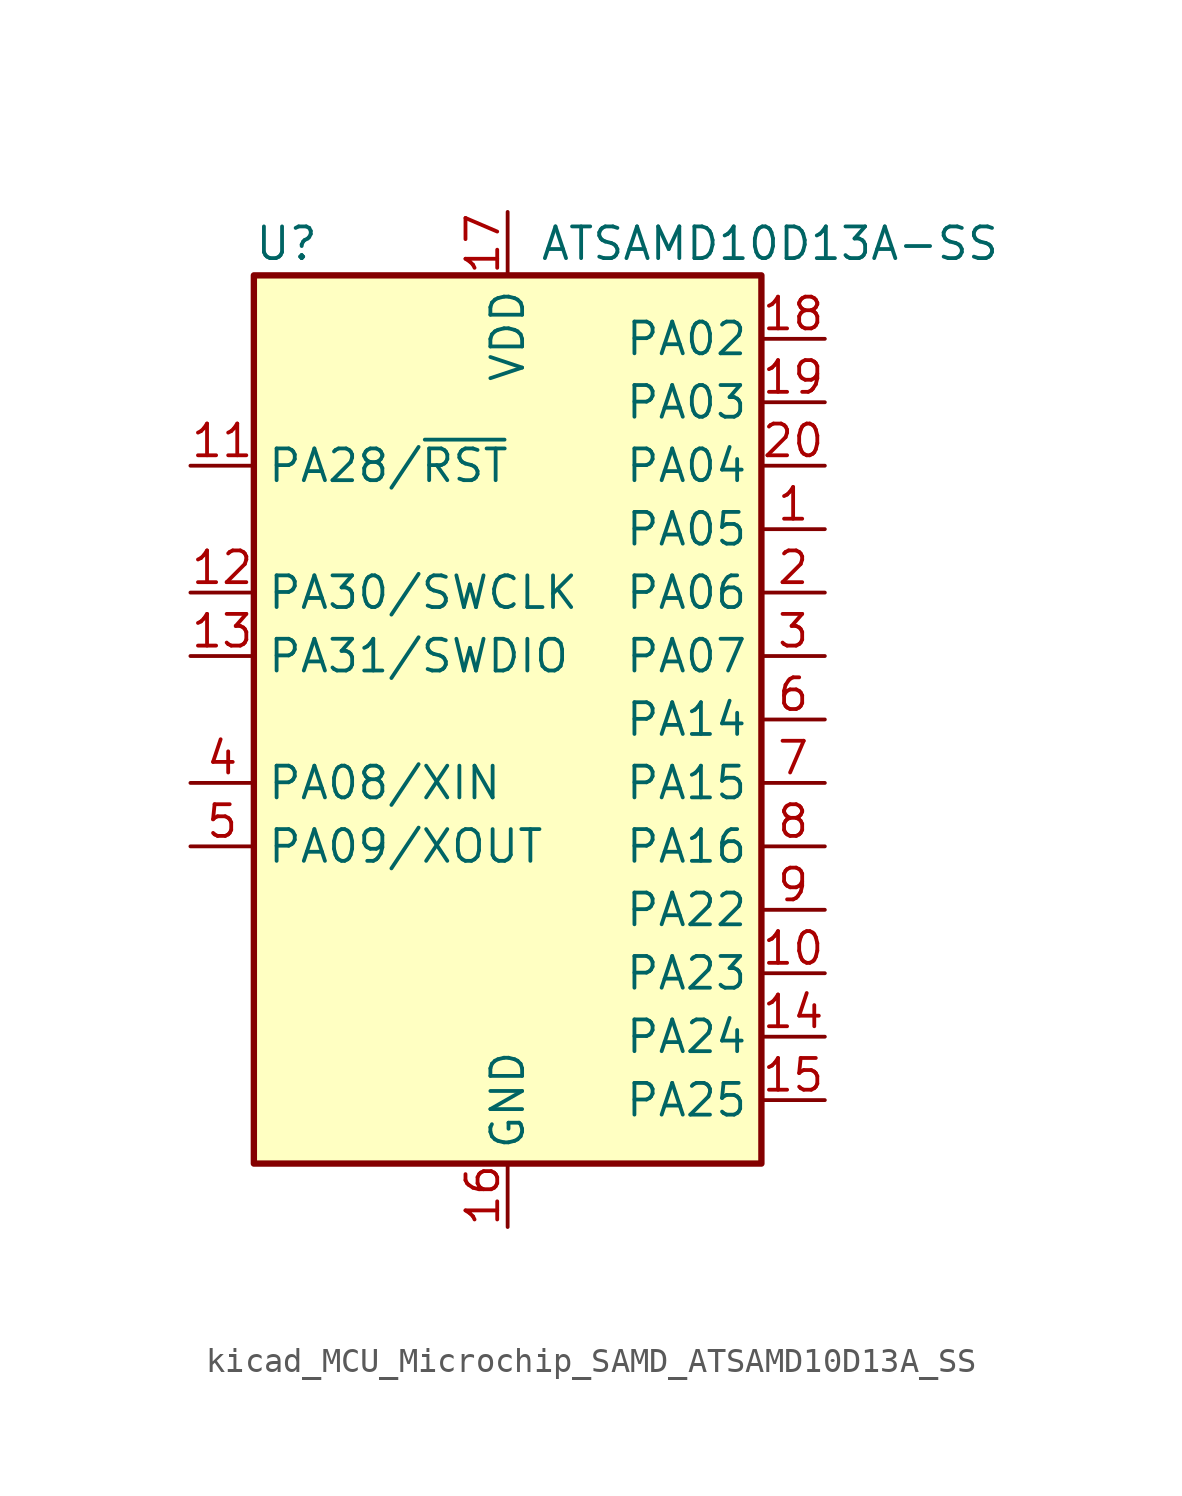
<source format=kicad_sym>
(kicad_symbol_lib
  (version 20220914)
  (generator kicad_symbol_editor)
  (symbol "kicad_MCU_Microchip_SAMD_ATSAMD10D13A_SS"
    (property "Reference" "U"
      (at -10.16 19.05 0)
      (effects (font (size 1.27 1.27)) (justify left)))
    (property "Value" "ATSAMD10D13A-SS"
      (at 1.27 19.05 0)
      (effects (font (size 1.27 1.27)) (justify left)))
    (symbol "kicad_MCU_Microchip_SAMD_ATSAMD10D13A_SS_0_1"
      (rectangle (start -10.16 17.78) (end 10.16 -17.78) (stroke (width 0.254) (type default)) (fill (type background))))
    (symbol "kicad_MCU_Microchip_SAMD_ATSAMD10D13A_SS_1_1"
      (pin bidirectional line (at 12.7 7.62 180) (length 2.54) (name "PA05" (effects (font (size 1.27 1.27)))) (number "1" (effects (font (size 1.27 1.27)))))
      (pin bidirectional line (at 12.7 -10.16 180) (length 2.54) (name "PA23" (effects (font (size 1.27 1.27)))) (number "10" (effects (font (size 1.27 1.27)))))
      (pin bidirectional line (at -12.7 10.16 0) (length 2.54) (name "PA28/~{RST}" (effects (font (size 1.27 1.27)))) (number "11" (effects (font (size 1.27 1.27)))))
      (pin bidirectional line (at -12.7 5.08 0) (length 2.54) (name "PA30/SWCLK" (effects (font (size 1.27 1.27)))) (number "12" (effects (font (size 1.27 1.27)))))
      (pin bidirectional line (at -12.7 2.54 0) (length 2.54) (name "PA31/SWDIO" (effects (font (size 1.27 1.27)))) (number "13" (effects (font (size 1.27 1.27)))))
      (pin bidirectional line (at 12.7 -12.7 180) (length 2.54) (name "PA24" (effects (font (size 1.27 1.27)))) (number "14" (effects (font (size 1.27 1.27)))))
      (pin bidirectional line (at 12.7 -15.24 180) (length 2.54) (name "PA25" (effects (font (size 1.27 1.27)))) (number "15" (effects (font (size 1.27 1.27)))))
      (pin power_in line (at 0 -20.32 90) (length 2.54) (name "GND" (effects (font (size 1.27 1.27)))) (number "16" (effects (font (size 1.27 1.27)))))
      (pin power_in line (at 0 20.32 270) (length 2.54) (name "VDD" (effects (font (size 1.27 1.27)))) (number "17" (effects (font (size 1.27 1.27)))))
      (pin bidirectional line (at 12.7 15.24 180) (length 2.54) (name "PA02" (effects (font (size 1.27 1.27)))) (number "18" (effects (font (size 1.27 1.27)))))
      (pin bidirectional line (at 12.7 12.7 180) (length 2.54) (name "PA03" (effects (font (size 1.27 1.27)))) (number "19" (effects (font (size 1.27 1.27)))))
      (pin bidirectional line (at 12.7 5.08 180) (length 2.54) (name "PA06" (effects (font (size 1.27 1.27)))) (number "2" (effects (font (size 1.27 1.27)))))
      (pin bidirectional line (at 12.7 10.16 180) (length 2.54) (name "PA04" (effects (font (size 1.27 1.27)))) (number "20" (effects (font (size 1.27 1.27)))))
      (pin bidirectional line (at 12.7 2.54 180) (length 2.54) (name "PA07" (effects (font (size 1.27 1.27)))) (number "3" (effects (font (size 1.27 1.27)))))
      (pin bidirectional line (at -12.7 -2.54 0) (length 2.54) (name "PA08/XIN" (effects (font (size 1.27 1.27)))) (number "4" (effects (font (size 1.27 1.27)))))
      (pin bidirectional line (at -12.7 -5.08 0) (length 2.54) (name "PA09/XOUT" (effects (font (size 1.27 1.27)))) (number "5" (effects (font (size 1.27 1.27)))))
      (pin bidirectional line (at 12.7 0 180) (length 2.54) (name "PA14" (effects (font (size 1.27 1.27)))) (number "6" (effects (font (size 1.27 1.27)))))
      (pin bidirectional line (at 12.7 -2.54 180) (length 2.54) (name "PA15" (effects (font (size 1.27 1.27)))) (number "7" (effects (font (size 1.27 1.27)))))
      (pin bidirectional line (at 12.7 -5.08 180) (length 2.54) (name "PA16" (effects (font (size 1.27 1.27)))) (number "8" (effects (font (size 1.27 1.27)))))
      (pin bidirectional line (at 12.7 -7.62 180) (length 2.54) (name "PA22" (effects (font (size 1.27 1.27)))) (number "9" (effects (font (size 1.27 1.27))))))))
</source>
